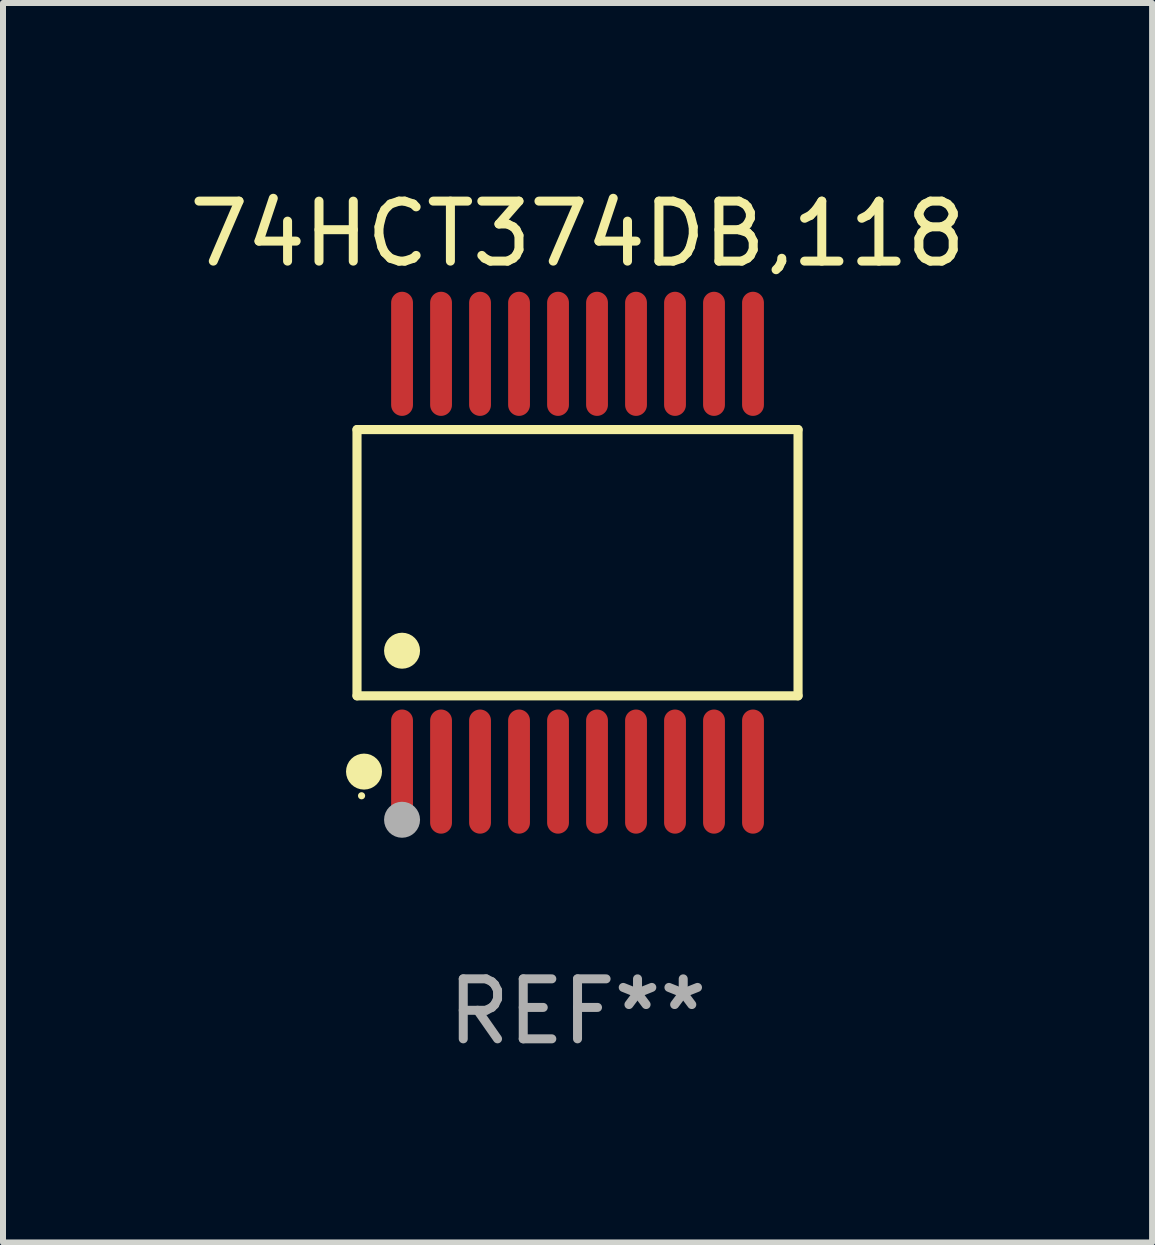
<source format=kicad_pcb>
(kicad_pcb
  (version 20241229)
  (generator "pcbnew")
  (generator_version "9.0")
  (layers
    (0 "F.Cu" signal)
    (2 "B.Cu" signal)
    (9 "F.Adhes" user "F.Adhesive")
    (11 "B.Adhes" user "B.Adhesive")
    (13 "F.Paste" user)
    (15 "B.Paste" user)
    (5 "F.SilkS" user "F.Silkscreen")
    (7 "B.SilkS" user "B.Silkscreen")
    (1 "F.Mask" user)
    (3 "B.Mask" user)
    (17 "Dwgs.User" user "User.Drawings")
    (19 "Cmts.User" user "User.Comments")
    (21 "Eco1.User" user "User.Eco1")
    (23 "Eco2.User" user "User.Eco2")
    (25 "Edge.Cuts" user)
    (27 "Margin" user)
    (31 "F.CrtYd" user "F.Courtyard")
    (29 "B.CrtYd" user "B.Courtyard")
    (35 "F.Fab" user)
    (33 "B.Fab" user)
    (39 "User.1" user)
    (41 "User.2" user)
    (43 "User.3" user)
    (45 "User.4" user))
  (footprint "74HCT374DB,118"
    (layer "F.Cu")
    (at 6.577 6.33)
    (property "Reference" "74HCT374DB,118" (at 0 -5.482 0) (layer "F.SilkS") (effects (font (size 1 1) (thickness 0.15))))
    (attr through_hole)
    (fp_line (start -3.676 -2.219) (end 3.676 -2.219) (stroke (width 0.152) (type solid)) (layer "F.SilkS"))
    (fp_line (start -3.676 2.219) (end -3.676 -2.219) (stroke (width 0.152) (type solid)) (layer "F.SilkS"))
    (fp_line (start 3.676 -2.219) (end 3.676 2.219) (stroke (width 0.152) (type solid)) (layer "F.SilkS"))
    (fp_line (start 3.676 2.219) (end -3.676 2.219) (stroke (width 0.152) (type solid)) (layer "F.SilkS"))
    (fp_circle (center -3.6 3.885) (end -3.57 3.885) (stroke (width 0.06) (type solid)) (fill no) (layer "F.SilkS"))
    (fp_circle (center -3.559 3.482) (end -3.409 3.482) (stroke (width 0.3) (type solid)) (fill no) (layer "F.SilkS"))
    (fp_circle (center -2.925 1.467) (end -2.775 1.467) (stroke (width 0.3) (type solid)) (fill no) (layer "F.SilkS"))
    (fp_circle (center -2.925 4.285) (end -2.775 4.285) (stroke (width 0.3) (type solid)) (fill no) (layer "F.Fab"))
    (fp_text user "REF**" (at 0 7.482 0) (layer "F.Fab") (effects (font (size 1 1) (thickness 0.15))))
    (pad "1" smd oval (at -2.925 3.482) (size 0.364 2.069) (layers "F.Cu" "F.Mask" "F.Paste"))
    (pad "2" smd oval (at -2.275 3.482) (size 0.364 2.069) (layers "F.Cu" "F.Mask" "F.Paste"))
    (pad "3" smd oval (at -1.625 3.482) (size 0.364 2.069) (layers "F.Cu" "F.Mask" "F.Paste"))
    (pad "4" smd oval (at -0.975 3.482) (size 0.364 2.069) (layers "F.Cu" "F.Mask" "F.Paste"))
    (pad "5" smd oval (at -0.325 3.482) (size 0.364 2.069) (layers "F.Cu" "F.Mask" "F.Paste"))
    (pad "6" smd oval (at 0.325 3.482) (size 0.364 2.069) (layers "F.Cu" "F.Mask" "F.Paste"))
    (pad "7" smd oval (at 0.975 3.482) (size 0.364 2.069) (layers "F.Cu" "F.Mask" "F.Paste"))
    (pad "8" smd oval (at 1.625 3.482) (size 0.364 2.069) (layers "F.Cu" "F.Mask" "F.Paste"))
    (pad "9" smd oval (at 2.275 3.482) (size 0.364 2.069) (layers "F.Cu" "F.Mask" "F.Paste"))
    (pad "10" smd oval (at 2.925 3.482) (size 0.364 2.069) (layers "F.Cu" "F.Mask" "F.Paste"))
    (pad "11" smd oval (at 2.925 -3.482) (size 0.364 2.069) (layers "F.Cu" "F.Mask" "F.Paste"))
    (pad "12" smd oval (at 2.275 -3.482) (size 0.364 2.069) (layers "F.Cu" "F.Mask" "F.Paste"))
    (pad "13" smd oval (at 1.625 -3.482) (size 0.364 2.069) (layers "F.Cu" "F.Mask" "F.Paste"))
    (pad "14" smd oval (at 0.975 -3.482) (size 0.364 2.069) (layers "F.Cu" "F.Mask" "F.Paste"))
    (pad "15" smd oval (at 0.325 -3.482) (size 0.364 2.069) (layers "F.Cu" "F.Mask" "F.Paste"))
    (pad "16" smd oval (at -0.325 -3.482) (size 0.364 2.069) (layers "F.Cu" "F.Mask" "F.Paste"))
    (pad "17" smd oval (at -0.975 -3.482) (size 0.364 2.069) (layers "F.Cu" "F.Mask" "F.Paste"))
    (pad "18" smd oval (at -1.625 -3.482) (size 0.364 2.069) (layers "F.Cu" "F.Mask" "F.Paste"))
    (pad "19" smd oval (at -2.275 -3.482) (size 0.364 2.069) (layers "F.Cu" "F.Mask" "F.Paste"))
    (pad "20" smd oval (at -2.925 -3.482) (size 0.364 2.069) (layers "F.Cu" "F.Mask" "F.Paste")))
  (gr_rect
    (start -3 -3)
    (end 16.155 17.661)
    (stroke (width 0.1) (type default))
    (fill no)
    (layer "Edge.Cuts")))
</source>
